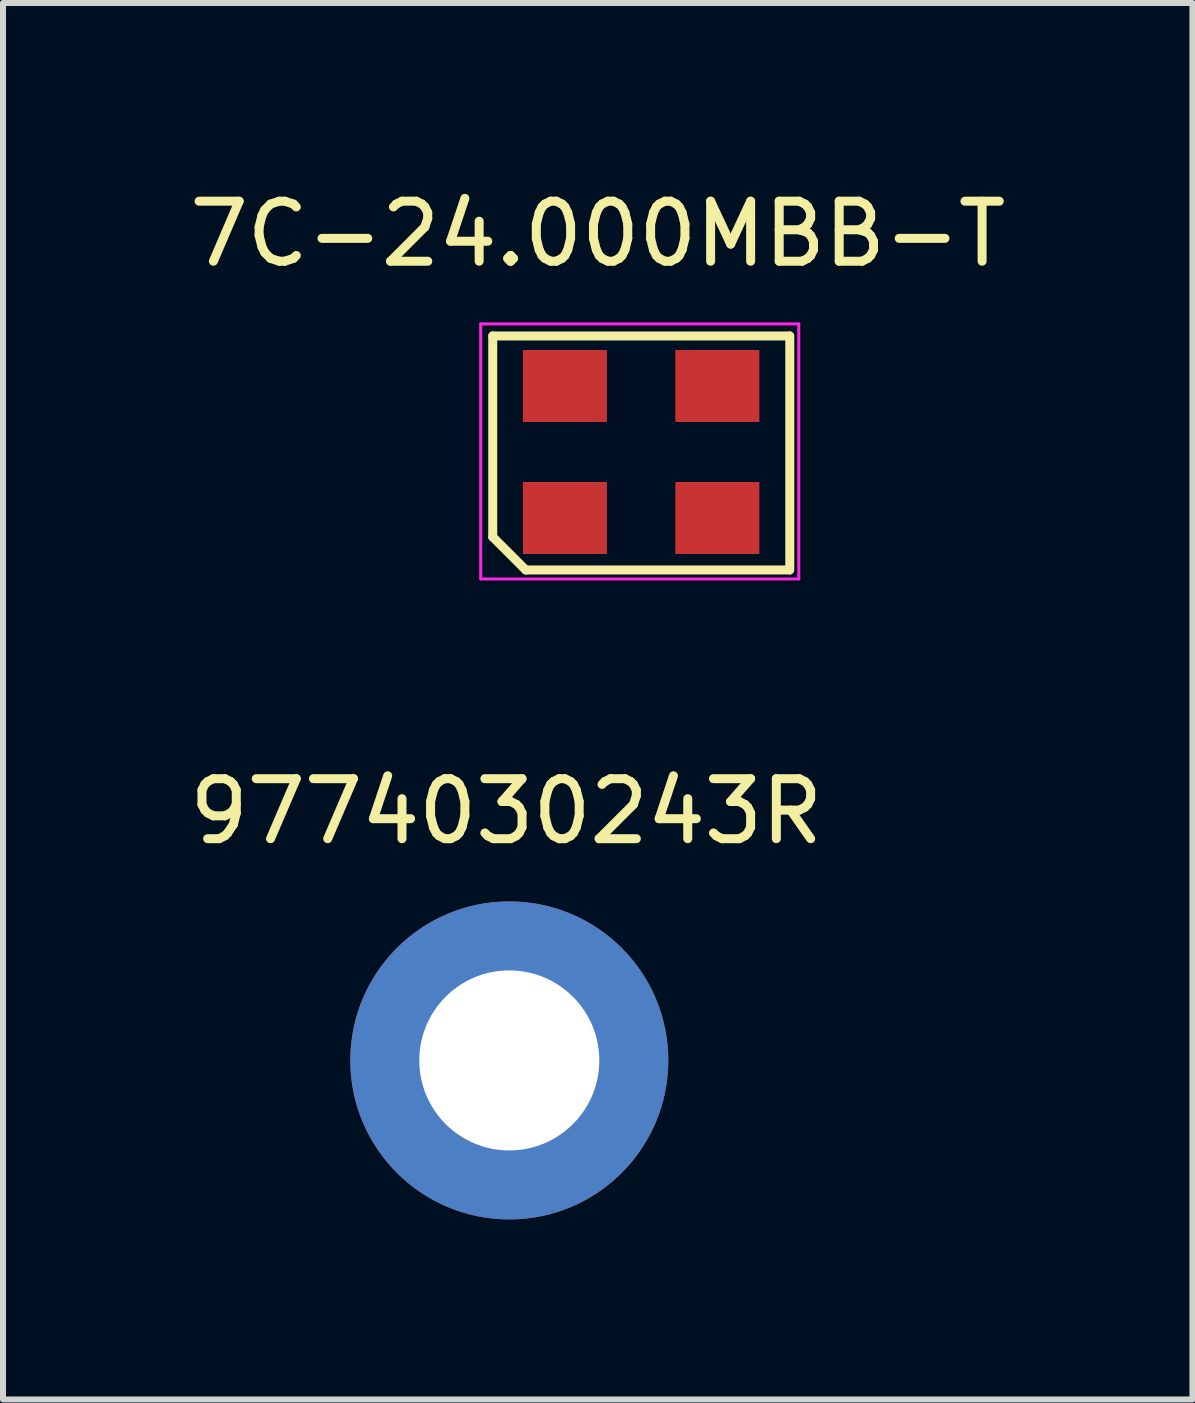
<source format=kicad_pcb>
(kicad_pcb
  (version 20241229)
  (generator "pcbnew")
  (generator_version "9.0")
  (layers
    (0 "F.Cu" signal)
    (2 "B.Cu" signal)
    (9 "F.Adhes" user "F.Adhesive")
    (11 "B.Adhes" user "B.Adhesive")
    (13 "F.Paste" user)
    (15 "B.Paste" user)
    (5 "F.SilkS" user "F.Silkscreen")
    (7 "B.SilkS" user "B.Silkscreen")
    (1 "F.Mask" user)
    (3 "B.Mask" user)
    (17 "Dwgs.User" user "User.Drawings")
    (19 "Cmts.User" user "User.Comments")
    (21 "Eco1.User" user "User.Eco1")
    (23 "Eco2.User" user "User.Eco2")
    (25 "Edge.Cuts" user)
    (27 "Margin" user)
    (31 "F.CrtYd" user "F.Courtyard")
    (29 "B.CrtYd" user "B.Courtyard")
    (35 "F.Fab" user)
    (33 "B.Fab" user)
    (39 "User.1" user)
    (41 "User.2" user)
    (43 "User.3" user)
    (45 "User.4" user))
  (footprint "7C-24.000MBB-T"
    (layer "F.Cu")
    (at 7.311 4.698)
    (property "Reference" "7C-24.000MBB-T" (at -0.4 -3.85 180) (layer "F.SilkS") (effects (font (size 1 1) (thickness 0.15))))
    (attr smd)
    (fp_line (start -2.15 1.2) (end -2.15 -2.15) (stroke (width 0.15) (type solid)) (layer "F.SilkS"))
    (fp_line (start -2.147 -2.15) (end 2.793 -2.15) (stroke (width 0.15) (type solid)) (layer "F.SilkS"))
    (fp_line (start -1.6 1.75) (end -2.15 1.2) (stroke (width 0.15) (type solid)) (layer "F.SilkS"))
    (fp_line (start 2.793 1.75) (end -1.6 1.75) (stroke (width 0.15) (type solid)) (layer "F.SilkS"))
    (fp_line (start 2.8 -2.15) (end 2.8 1.75) (stroke (width 0.15) (type solid)) (layer "F.SilkS"))
    (fp_line (start -2.35 -2.35) (end 2.95 -2.35) (stroke (width 0.05) (type solid)) (layer "F.CrtYd"))
    (fp_line (start -2.35 1.9) (end -2.35 -2.35) (stroke (width 0.05) (type solid)) (layer "F.CrtYd"))
    (fp_line (start 2.95 -2.35) (end 2.95 1.9) (stroke (width 0.05) (type solid)) (layer "F.CrtYd"))
    (fp_line (start 2.95 1.9) (end -2.35 1.9) (stroke (width 0.05) (type solid)) (layer "F.CrtYd"))
    (pad "1" smd rect (at -0.947 0.884) (size 1.4 1.2) (layers "F.Cu" "F.Mask" "F.Paste"))
    (pad "2" smd rect (at 1.593 0.884) (size 1.4 1.2) (layers "F.Cu" "F.Mask" "F.Paste"))
    (pad "3" smd rect (at 1.593 -1.316) (size 1.4 1.2) (layers "F.Cu" "F.Mask" "F.Paste"))
    (pad "4" smd rect (at -0.947 -1.316) (size 1.4 1.2) (layers "F.Cu" "F.Mask" "F.Paste")))
  (footprint "9774030243R"
    (layer "F.Cu")
    (at 5.387 14.671)
    (property "Reference" "9774030243R" (at 0 -4.2 0) (layer "F.SilkS") (effects (font (size 1 1) (thickness 0.15))))
    (attr through_hole)
    (pad "~" thru_hole circle (at 0.05 -0.05) (size 5.3 5.3) (drill 3) (layers "F.Cu" "F.Mask")))
  (gr_rect
    (start -3 -3)
    (end 16.821 20.271)
    (stroke (width 0.1) (type default))
    (fill no)
    (layer "Edge.Cuts")))
</source>
